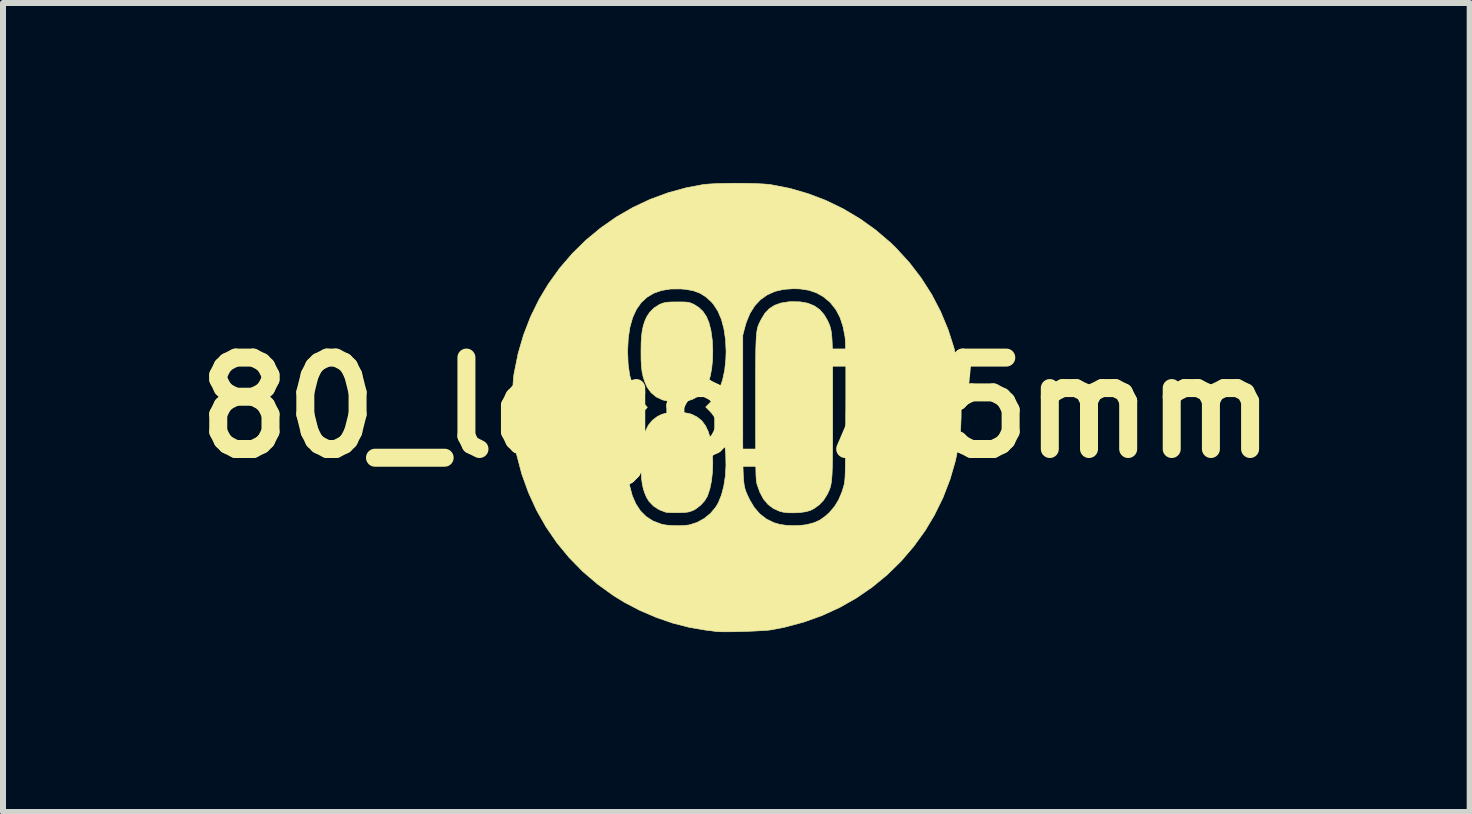
<source format=kicad_pcb>
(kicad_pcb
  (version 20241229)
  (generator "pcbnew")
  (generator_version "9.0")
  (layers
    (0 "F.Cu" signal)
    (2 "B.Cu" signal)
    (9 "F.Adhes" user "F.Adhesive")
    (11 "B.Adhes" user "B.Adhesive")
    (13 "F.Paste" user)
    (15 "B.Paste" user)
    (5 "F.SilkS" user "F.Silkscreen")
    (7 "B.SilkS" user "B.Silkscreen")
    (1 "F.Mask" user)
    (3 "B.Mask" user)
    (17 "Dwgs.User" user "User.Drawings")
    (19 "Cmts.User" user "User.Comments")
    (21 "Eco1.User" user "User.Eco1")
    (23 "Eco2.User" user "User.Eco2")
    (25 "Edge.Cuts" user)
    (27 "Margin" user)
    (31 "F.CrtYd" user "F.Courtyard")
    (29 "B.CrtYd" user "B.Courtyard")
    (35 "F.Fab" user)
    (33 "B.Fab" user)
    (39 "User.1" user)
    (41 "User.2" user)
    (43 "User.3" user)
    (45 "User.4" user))
  (footprint "80_logo_7.5mm"
    (layer "F.Cu")
    (at 9.224 3.745)
    (property "Reference" "80_logo_7.5mm" (at 0 0 0) (layer "F.SilkS") (effects (font (size 1.524 1.524) (thickness 0.3))))
    (attr through_hole)
    (fp_poly (pts (xy -0.906 -1.762) (xy -0.848 -1.76) (xy -0.807 -1.756) (xy -0.774 -1.749) (xy -0.743 -1.737) (xy -0.711 -1.723) (xy -0.626 -1.67) (xy -0.556 -1.603) (xy -0.499 -1.518) (xy -0.456 -1.414) (xy -0.424 -1.288) (xy -0.403 -1.137) (xy -0.4 -1.099) (xy -0.393 -0.946) (xy -0.397 -0.796) (xy -0.411 -0.654) (xy -0.435 -0.525) (xy -0.468 -0.414) (xy -0.493 -0.355) (xy -0.556 -0.262) (xy -0.638 -0.189) (xy -0.738 -0.136) (xy -0.855 -0.103) (xy -0.986 -0.092) (xy -1.11 -0.101) (xy -1.23 -0.129) (xy -1.334 -0.178) (xy -1.419 -0.248) (xy -1.484 -0.336) (xy -1.497 -0.362) (xy -1.529 -0.437) (xy -1.553 -0.513) (xy -1.571 -0.594) (xy -1.582 -0.687) (xy -1.588 -0.796) (xy -1.589 -0.928) (xy -1.589 -0.949) (xy -1.587 -1.083) (xy -1.58 -1.194) (xy -1.568 -1.287) (xy -1.55 -1.369) (xy -1.525 -1.444) (xy -1.495 -1.512) (xy -1.443 -1.591) (xy -1.371 -1.662) (xy -1.288 -1.716) (xy -1.259 -1.729) (xy -1.221 -1.743) (xy -1.184 -1.752) (xy -1.142 -1.758) (xy -1.086 -1.761) (xy -1.011 -1.762) (xy -0.985 -1.762) (xy -0.906 -1.762)) (stroke (width 0.01) (type solid)) (fill yes) (layer "F.SilkS"))
    (fp_poly (pts (xy -0.885 0.082) (xy -0.798 0.095) (xy -0.741 0.112) (xy -0.651 0.158) (xy -0.575 0.22) (xy -0.515 0.301) (xy -0.467 0.402) (xy -0.432 0.525) (xy -0.408 0.672) (xy -0.4 0.751) (xy -0.393 0.911) (xy -0.398 1.069) (xy -0.414 1.217) (xy -0.441 1.35) (xy -0.478 1.463) (xy -0.484 1.479) (xy -0.531 1.555) (xy -0.597 1.627) (xy -0.673 1.686) (xy -0.711 1.708) (xy -0.75 1.724) (xy -0.785 1.736) (xy -0.826 1.743) (xy -0.88 1.747) (xy -0.953 1.75) (xy -0.963 1.75) (xy -1.035 1.751) (xy -1.099 1.749) (xy -1.15 1.746) (xy -1.177 1.743) (xy -1.286 1.701) (xy -1.38 1.641) (xy -1.455 1.563) (xy -1.496 1.497) (xy -1.527 1.424) (xy -1.551 1.351) (xy -1.568 1.272) (xy -1.58 1.18) (xy -1.586 1.072) (xy -1.589 0.941) (xy -1.589 0.928) (xy -1.589 0.826) (xy -1.587 0.746) (xy -1.585 0.683) (xy -1.58 0.632) (xy -1.572 0.585) (xy -1.562 0.537) (xy -1.558 0.522) (xy -1.518 0.395) (xy -1.465 0.291) (xy -1.399 0.21) (xy -1.317 0.148) (xy -1.244 0.112) (xy -1.171 0.092) (xy -1.081 0.081) (xy -0.983 0.077) (xy -0.885 0.082)) (stroke (width 0.01) (type solid)) (fill yes) (layer "F.SilkS"))
    (fp_poly (pts (xy 1.06 -1.764) (xy 1.187 -1.742) (xy 1.295 -1.699) (xy 1.387 -1.636) (xy 1.462 -1.551) (xy 1.513 -1.465) (xy 1.529 -1.432) (xy 1.543 -1.402) (xy 1.555 -1.372) (xy 1.565 -1.34) (xy 1.574 -1.305) (xy 1.582 -1.265) (xy 1.588 -1.217) (xy 1.593 -1.159) (xy 1.597 -1.09) (xy 1.6 -1.007) (xy 1.602 -0.909) (xy 1.604 -0.793) (xy 1.605 -0.658) (xy 1.605 -0.501) (xy 1.605 -0.32) (xy 1.605 -0.114) (xy 1.605 -0.007) (xy 1.605 0.212) (xy 1.605 0.404) (xy 1.605 0.572) (xy 1.604 0.718) (xy 1.603 0.842) (xy 1.601 0.949) (xy 1.598 1.039) (xy 1.595 1.114) (xy 1.59 1.177) (xy 1.585 1.229) (xy 1.578 1.273) (xy 1.57 1.31) (xy 1.56 1.343) (xy 1.549 1.373) (xy 1.535 1.403) (xy 1.52 1.435) (xy 1.512 1.451) (xy 1.456 1.54) (xy 1.38 1.62) (xy 1.293 1.683) (xy 1.231 1.714) (xy 1.159 1.734) (xy 1.07 1.747) (xy 0.972 1.753) (xy 0.874 1.752) (xy 0.786 1.743) (xy 0.726 1.729) (xy 0.618 1.681) (xy 0.527 1.612) (xy 0.452 1.522) (xy 0.391 1.408) (xy 0.347 1.283) (xy 0.342 1.265) (xy 0.338 1.246) (xy 0.335 1.222) (xy 0.332 1.192) (xy 0.329 1.155) (xy 0.327 1.108) (xy 0.326 1.049) (xy 0.324 0.976) (xy 0.323 0.888) (xy 0.322 0.783) (xy 0.322 0.658) (xy 0.321 0.512) (xy 0.321 0.342) (xy 0.321 0.147) (xy 0.321 -0.007) (xy 0.321 -0.227) (xy 0.321 -0.42) (xy 0.321 -0.588) (xy 0.322 -0.734) (xy 0.323 -0.859) (xy 0.324 -0.966) (xy 0.327 -1.056) (xy 0.33 -1.131) (xy 0.334 -1.193) (xy 0.339 -1.245) (xy 0.345 -1.288) (xy 0.352 -1.324) (xy 0.361 -1.355) (xy 0.372 -1.384) (xy 0.384 -1.411) (xy 0.399 -1.44) (xy 0.415 -1.472) (xy 0.416 -1.474) (xy 0.477 -1.574) (xy 0.551 -1.651) (xy 0.639 -1.707) (xy 0.744 -1.744) (xy 0.87 -1.764) (xy 0.912 -1.766) (xy 1.06 -1.764)) (stroke (width 0.01) (type solid)) (fill yes) (layer "F.SilkS"))
    (fp_poly (pts (xy 0.108 -3.739) (xy 0.237 -3.737) (xy 0.356 -3.733) (xy 0.46 -3.728) (xy 0.544 -3.721) (xy 0.574 -3.717) (xy 0.888 -3.656) (xy 1.196 -3.567) (xy 1.495 -3.453) (xy 1.783 -3.313) (xy 2.059 -3.149) (xy 2.321 -2.962) (xy 2.566 -2.753) (xy 2.661 -2.661) (xy 2.882 -2.42) (xy 3.08 -2.162) (xy 3.254 -1.89) (xy 3.404 -1.603) (xy 3.529 -1.303) (xy 3.629 -0.991) (xy 3.703 -0.667) (xy 3.72 -0.568) (xy 3.73 -0.482) (xy 3.738 -0.373) (xy 3.744 -0.248) (xy 3.747 -0.112) (xy 3.747 0.028) (xy 3.746 0.166) (xy 3.741 0.297) (xy 3.735 0.415) (xy 3.725 0.513) (xy 3.72 0.554) (xy 3.653 0.881) (xy 3.561 1.198) (xy 3.444 1.501) (xy 3.301 1.792) (xy 3.148 2.048) (xy 2.956 2.314) (xy 2.744 2.561) (xy 2.514 2.786) (xy 2.266 2.99) (xy 2.002 3.172) (xy 1.723 3.33) (xy 1.429 3.465) (xy 1.123 3.575) (xy 0.805 3.66) (xy 0.578 3.704) (xy 0.529 3.71) (xy 0.459 3.715) (xy 0.372 3.72) (xy 0.274 3.725) (xy 0.168 3.729) (xy 0.061 3.732) (xy -0.044 3.735) (xy -0.141 3.736) (xy -0.225 3.736) (xy -0.291 3.734) (xy -0.336 3.731) (xy -0.342 3.73) (xy -0.373 3.726) (xy -0.422 3.719) (xy -0.482 3.712) (xy -0.507 3.709) (xy -0.78 3.663) (xy -1.058 3.592) (xy -1.334 3.497) (xy -1.605 3.381) (xy -1.866 3.245) (xy -2.048 3.133) (xy -2.314 2.941) (xy -2.561 2.73) (xy -2.787 2.499) (xy -2.991 2.252) (xy -3.172 1.988) (xy -3.331 1.708) (xy -3.465 1.415) (xy -3.576 1.108) (xy -3.66 0.79) (xy -3.705 0.554) (xy -3.716 0.467) (xy -3.724 0.359) (xy -3.729 0.234) (xy -3.733 0.098) (xy -3.733 -0.042) (xy -3.731 -0.18) (xy -3.727 -0.312) (xy -3.72 -0.429) (xy -3.711 -0.528) (xy -3.705 -0.568) (xy -3.639 -0.896) (xy -3.63 -0.928) (xy -1.812 -0.928) (xy -1.804 -0.726) (xy -1.779 -0.546) (xy -1.736 -0.388) (xy -1.677 -0.251) (xy -1.599 -0.133) (xy -1.554 -0.081) (xy -1.519 -0.045) (xy -1.494 -0.018) (xy -1.484 -0.005) (xy -1.484 -0.005) (xy -1.494 0.006) (xy -1.518 0.031) (xy -1.545 0.056) (xy -1.626 0.149) (xy -1.693 0.266) (xy -1.745 0.404) (xy -1.783 0.563) (xy -1.806 0.74) (xy -1.812 0.913) (xy -1.804 1.12) (xy -1.778 1.305) (xy -1.735 1.467) (xy -1.674 1.606) (xy -1.597 1.723) (xy -1.502 1.817) (xy -1.389 1.889) (xy -1.259 1.939) (xy -1.23 1.947) (xy -1.164 1.958) (xy -1.08 1.965) (xy -0.987 1.968) (xy -0.896 1.966) (xy -0.818 1.959) (xy -0.782 1.954) (xy -0.654 1.913) (xy -0.536 1.848) (xy -0.431 1.763) (xy -0.345 1.66) (xy -0.301 1.587) (xy -0.248 1.457) (xy -0.209 1.307) (xy -0.183 1.14) (xy -0.173 0.963) (xy -0.177 0.778) (xy -0.186 0.678) (xy -0.216 0.499) (xy -0.264 0.341) (xy -0.322 0.221) (xy 0.107 0.221) (xy 0.107 0.415) (xy 0.107 0.585) (xy 0.108 0.732) (xy 0.109 0.859) (xy 0.11 0.968) (xy 0.113 1.06) (xy 0.116 1.137) (xy 0.121 1.202) (xy 0.126 1.257) (xy 0.133 1.304) (xy 0.142 1.344) (xy 0.152 1.379) (xy 0.165 1.412) (xy 0.179 1.445) (xy 0.195 1.48) (xy 0.214 1.519) (xy 0.222 1.536) (xy 0.298 1.664) (xy 0.392 1.772) (xy 0.502 1.857) (xy 0.627 1.918) (xy 0.728 1.947) (xy 0.827 1.961) (xy 0.941 1.967) (xy 1.057 1.964) (xy 1.162 1.952) (xy 1.187 1.947) (xy 1.298 1.917) (xy 1.393 1.874) (xy 1.48 1.812) (xy 1.55 1.749) (xy 1.636 1.65) (xy 1.704 1.538) (xy 1.759 1.409) (xy 1.787 1.32) (xy 1.793 1.299) (xy 1.798 1.278) (xy 1.802 1.255) (xy 1.806 1.229) (xy 1.809 1.198) (xy 1.812 1.158) (xy 1.814 1.109) (xy 1.816 1.048) (xy 1.817 0.973) (xy 1.819 0.882) (xy 1.82 0.774) (xy 1.821 0.645) (xy 1.822 0.494) (xy 1.823 0.32) (xy 1.823 0.119) (xy 1.824 0.078) (xy 1.825 -0.153) (xy 1.825 -0.358) (xy 1.825 -0.537) (xy 1.825 -0.692) (xy 1.824 -0.823) (xy 1.822 -0.932) (xy 1.82 -1.021) (xy 1.818 -1.091) (xy 1.815 -1.143) (xy 1.812 -1.177) (xy 1.779 -1.349) (xy 1.73 -1.5) (xy 1.663 -1.629) (xy 1.577 -1.739) (xy 1.55 -1.767) (xy 1.446 -1.852) (xy 1.333 -1.915) (xy 1.208 -1.957) (xy 1.066 -1.979) (xy 0.955 -1.983) (xy 0.791 -1.972) (xy 0.644 -1.938) (xy 0.515 -1.88) (xy 0.402 -1.8) (xy 0.306 -1.697) (xy 0.227 -1.571) (xy 0.165 -1.422) (xy 0.14 -1.334) (xy 0.107 -1.206) (xy 0.107 0) (xy 0.107 0.221) (xy -0.322 0.221) (xy -0.33 0.204) (xy -0.413 0.09) (xy -0.436 0.065) (xy -0.511 -0.011) (xy -0.434 -0.087) (xy -0.351 -0.189) (xy -0.282 -0.313) (xy -0.23 -0.459) (xy -0.194 -0.626) (xy -0.175 -0.811) (xy -0.171 -0.935) (xy -0.18 -1.132) (xy -0.206 -1.31) (xy -0.248 -1.47) (xy -0.307 -1.608) (xy -0.382 -1.724) (xy -0.419 -1.766) (xy -0.508 -1.847) (xy -0.604 -1.907) (xy -0.714 -1.948) (xy -0.84 -1.972) (xy -0.928 -1.979) (xy -1.095 -1.978) (xy -1.244 -1.954) (xy -1.376 -1.908) (xy -1.49 -1.84) (xy -1.587 -1.75) (xy -1.666 -1.638) (xy -1.728 -1.503) (xy -1.773 -1.345) (xy -1.801 -1.164) (xy -1.812 -0.961) (xy -1.812 -0.928) (xy -3.63 -0.928) (xy -3.547 -1.212) (xy -3.43 -1.515) (xy -3.287 -1.806) (xy -3.133 -2.062) (xy -2.944 -2.325) (xy -2.734 -2.569) (xy -2.505 -2.794) (xy -2.259 -2.997) (xy -1.998 -3.179) (xy -1.722 -3.338) (xy -1.434 -3.473) (xy -1.135 -3.583) (xy -0.827 -3.667) (xy -0.56 -3.717) (xy -0.488 -3.725) (xy -0.393 -3.731) (xy -0.281 -3.736) (xy -0.156 -3.738) (xy -0.024 -3.74) (xy 0.108 -3.739)) (stroke (width 0.01) (type solid)) (fill yes) (layer "F.SilkS")))
  (gr_rect
    (start -3 -3)
    (end 21.448 10.485)
    (stroke (width 0.1) (type default))
    (fill no)
    (layer "Edge.Cuts")))
</source>
